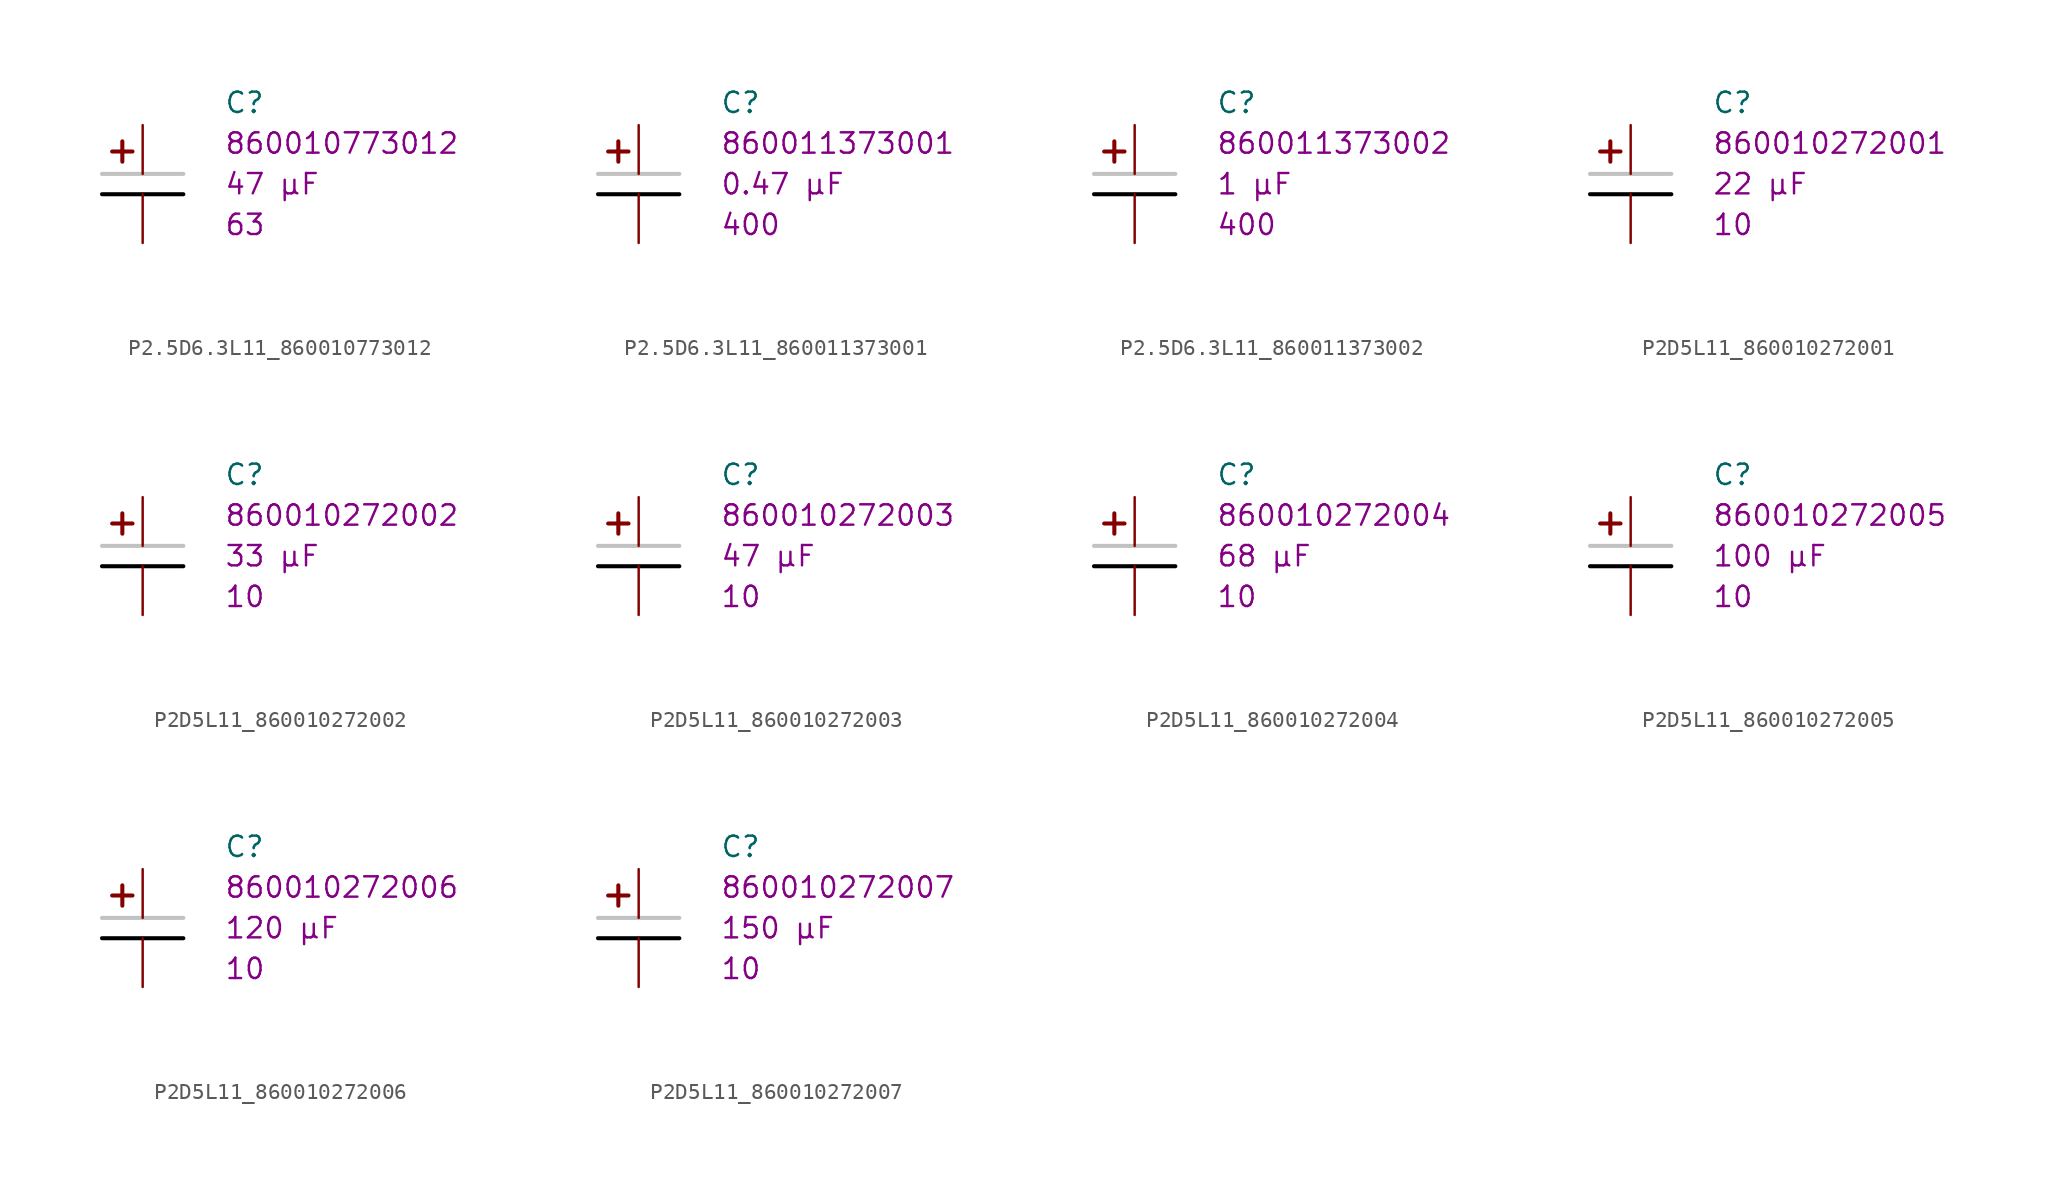
<source format=kicad_sym>
(kicad_symbol_lib
  (version 20220914)
  (generator kicad_symbol_editor)
  (symbol "P2.5D6.3L11_860010773012"
    (pin_numbers hide)
    (pin_names hide)
    (property "Reference" "C"
      (at 5.08 5.08 0)
      (effects (font (size 1.27 1.27)) (justify left)))
    (property "Part Number" "860010773012"
      (at 5.08 2.54 0)
      (effects (font (size 1.27 1.27)) (justify left)))
    (property "Capacitance" "47 µF"
      (at 5.08 0 0)
      (effects (font (size 1.27 1.27)) (justify left)))
    (property "Voltage" "63"
      (at 5.08 -2.54 0)
      (effects (font (size 1.27 1.27)) (justify left)))
    (property "Critical Parameter" ""
      (at 0 -7.62 0)
      (effects (font (size 1.27 1.27))))
    (symbol "P2.5D6.3L11_860010773012_1_1"
      (polyline (pts (xy -1.27 2.667) (xy -1.27 1.397)) (stroke (width 0.254) (type default)) (fill (type none)))
      (polyline (pts (xy -0.635 2.032) (xy -1.905 2.032)) (stroke (width 0.254) (type default)) (fill (type none)))
      (polyline (pts (xy 2.54 -0.635) (xy -2.54 -0.635)) (stroke (width 0.254) (type default) (color 0 0 0 1)) (fill (type none)))
      (polyline (pts (xy 2.54 0.635) (xy -2.54 0.635)) (stroke (width 0.254) (type default) (color 194 194 194 1)) (fill (type none)))
      (pin passive line (at 0 3.679 270) (length 3.044) (name "1" (effects (font (size 1.27 1.27)))) (number "1" (effects (font (size 1.27 1.27)))))
      (pin passive line (at 0 -3.679 90) (length 3.044) (name "2" (effects (font (size 1.27 1.27)))) (number "2" (effects (font (size 1.27 1.27)))))))
  (symbol "P2.5D6.3L11_860011373001"
    (pin_numbers hide)
    (pin_names hide)
    (property "Reference" "C"
      (at 5.08 5.08 0)
      (effects (font (size 1.27 1.27)) (justify left)))
    (property "Part Number" "860011373001"
      (at 5.08 2.54 0)
      (effects (font (size 1.27 1.27)) (justify left)))
    (property "Capacitance" "0.47 µF"
      (at 5.08 0 0)
      (effects (font (size 1.27 1.27)) (justify left)))
    (property "Voltage" "400"
      (at 5.08 -2.54 0)
      (effects (font (size 1.27 1.27)) (justify left)))
    (property "Critical Parameter" ""
      (at 0 -7.62 0)
      (effects (font (size 1.27 1.27))))
    (symbol "P2.5D6.3L11_860011373001_1_1"
      (polyline (pts (xy -1.27 2.667) (xy -1.27 1.397)) (stroke (width 0.254) (type default)) (fill (type none)))
      (polyline (pts (xy -0.635 2.032) (xy -1.905 2.032)) (stroke (width 0.254) (type default)) (fill (type none)))
      (polyline (pts (xy 2.54 -0.635) (xy -2.54 -0.635)) (stroke (width 0.254) (type default) (color 0 0 0 1)) (fill (type none)))
      (polyline (pts (xy 2.54 0.635) (xy -2.54 0.635)) (stroke (width 0.254) (type default) (color 194 194 194 1)) (fill (type none)))
      (pin passive line (at 0 3.679 270) (length 3.044) (name "1" (effects (font (size 1.27 1.27)))) (number "1" (effects (font (size 1.27 1.27)))))
      (pin passive line (at 0 -3.679 90) (length 3.044) (name "2" (effects (font (size 1.27 1.27)))) (number "2" (effects (font (size 1.27 1.27)))))))
  (symbol "P2.5D6.3L11_860011373002"
    (pin_numbers hide)
    (pin_names hide)
    (property "Reference" "C"
      (at 5.08 5.08 0)
      (effects (font (size 1.27 1.27)) (justify left)))
    (property "Part Number" "860011373002"
      (at 5.08 2.54 0)
      (effects (font (size 1.27 1.27)) (justify left)))
    (property "Capacitance" "1 µF"
      (at 5.08 0 0)
      (effects (font (size 1.27 1.27)) (justify left)))
    (property "Voltage" "400"
      (at 5.08 -2.54 0)
      (effects (font (size 1.27 1.27)) (justify left)))
    (property "Critical Parameter" ""
      (at 0 -7.62 0)
      (effects (font (size 1.27 1.27))))
    (symbol "P2.5D6.3L11_860011373002_1_1"
      (polyline (pts (xy -1.27 2.667) (xy -1.27 1.397)) (stroke (width 0.254) (type default)) (fill (type none)))
      (polyline (pts (xy -0.635 2.032) (xy -1.905 2.032)) (stroke (width 0.254) (type default)) (fill (type none)))
      (polyline (pts (xy 2.54 -0.635) (xy -2.54 -0.635)) (stroke (width 0.254) (type default) (color 0 0 0 1)) (fill (type none)))
      (polyline (pts (xy 2.54 0.635) (xy -2.54 0.635)) (stroke (width 0.254) (type default) (color 194 194 194 1)) (fill (type none)))
      (pin passive line (at 0 3.679 270) (length 3.044) (name "1" (effects (font (size 1.27 1.27)))) (number "1" (effects (font (size 1.27 1.27)))))
      (pin passive line (at 0 -3.679 90) (length 3.044) (name "2" (effects (font (size 1.27 1.27)))) (number "2" (effects (font (size 1.27 1.27)))))))
  (symbol "P2D5L11_860010272001"
    (pin_numbers hide)
    (pin_names hide)
    (property "Reference" "C"
      (at 5.08 5.08 0)
      (effects (font (size 1.27 1.27)) (justify left)))
    (property "Part Number" "860010272001"
      (at 5.08 2.54 0)
      (effects (font (size 1.27 1.27)) (justify left)))
    (property "Capacitance" "22 µF"
      (at 5.08 0 0)
      (effects (font (size 1.27 1.27)) (justify left)))
    (property "Voltage" "10"
      (at 5.08 -2.54 0)
      (effects (font (size 1.27 1.27)) (justify left)))
    (property "Critical Parameter" ""
      (at 0 -7.62 0)
      (effects (font (size 1.27 1.27))))
    (symbol "P2D5L11_860010272001_1_1"
      (polyline (pts (xy -1.27 2.667) (xy -1.27 1.397)) (stroke (width 0.254) (type default)) (fill (type none)))
      (polyline (pts (xy -0.635 2.032) (xy -1.905 2.032)) (stroke (width 0.254) (type default)) (fill (type none)))
      (polyline (pts (xy 2.54 -0.635) (xy -2.54 -0.635)) (stroke (width 0.254) (type default) (color 0 0 0 1)) (fill (type none)))
      (polyline (pts (xy 2.54 0.635) (xy -2.54 0.635)) (stroke (width 0.254) (type default) (color 194 194 194 1)) (fill (type none)))
      (pin passive line (at 0 3.679 270) (length 3.044) (name "1" (effects (font (size 1.27 1.27)))) (number "1" (effects (font (size 1.27 1.27)))))
      (pin passive line (at 0 -3.679 90) (length 3.044) (name "2" (effects (font (size 1.27 1.27)))) (number "2" (effects (font (size 1.27 1.27)))))))
  (symbol "P2D5L11_860010272002"
    (pin_numbers hide)
    (pin_names hide)
    (property "Reference" "C"
      (at 5.08 5.08 0)
      (effects (font (size 1.27 1.27)) (justify left)))
    (property "Part Number" "860010272002"
      (at 5.08 2.54 0)
      (effects (font (size 1.27 1.27)) (justify left)))
    (property "Capacitance" "33 µF"
      (at 5.08 0 0)
      (effects (font (size 1.27 1.27)) (justify left)))
    (property "Voltage" "10"
      (at 5.08 -2.54 0)
      (effects (font (size 1.27 1.27)) (justify left)))
    (property "Critical Parameter" ""
      (at 0 -7.62 0)
      (effects (font (size 1.27 1.27))))
    (symbol "P2D5L11_860010272002_1_1"
      (polyline (pts (xy -1.27 2.667) (xy -1.27 1.397)) (stroke (width 0.254) (type default)) (fill (type none)))
      (polyline (pts (xy -0.635 2.032) (xy -1.905 2.032)) (stroke (width 0.254) (type default)) (fill (type none)))
      (polyline (pts (xy 2.54 -0.635) (xy -2.54 -0.635)) (stroke (width 0.254) (type default) (color 0 0 0 1)) (fill (type none)))
      (polyline (pts (xy 2.54 0.635) (xy -2.54 0.635)) (stroke (width 0.254) (type default) (color 194 194 194 1)) (fill (type none)))
      (pin passive line (at 0 3.679 270) (length 3.044) (name "1" (effects (font (size 1.27 1.27)))) (number "1" (effects (font (size 1.27 1.27)))))
      (pin passive line (at 0 -3.679 90) (length 3.044) (name "2" (effects (font (size 1.27 1.27)))) (number "2" (effects (font (size 1.27 1.27)))))))
  (symbol "P2D5L11_860010272003"
    (pin_numbers hide)
    (pin_names hide)
    (property "Reference" "C"
      (at 5.08 5.08 0)
      (effects (font (size 1.27 1.27)) (justify left)))
    (property "Part Number" "860010272003"
      (at 5.08 2.54 0)
      (effects (font (size 1.27 1.27)) (justify left)))
    (property "Capacitance" "47 µF"
      (at 5.08 0 0)
      (effects (font (size 1.27 1.27)) (justify left)))
    (property "Voltage" "10"
      (at 5.08 -2.54 0)
      (effects (font (size 1.27 1.27)) (justify left)))
    (property "Critical Parameter" ""
      (at 0 -7.62 0)
      (effects (font (size 1.27 1.27))))
    (symbol "P2D5L11_860010272003_1_1"
      (polyline (pts (xy -1.27 2.667) (xy -1.27 1.397)) (stroke (width 0.254) (type default)) (fill (type none)))
      (polyline (pts (xy -0.635 2.032) (xy -1.905 2.032)) (stroke (width 0.254) (type default)) (fill (type none)))
      (polyline (pts (xy 2.54 -0.635) (xy -2.54 -0.635)) (stroke (width 0.254) (type default) (color 0 0 0 1)) (fill (type none)))
      (polyline (pts (xy 2.54 0.635) (xy -2.54 0.635)) (stroke (width 0.254) (type default) (color 194 194 194 1)) (fill (type none)))
      (pin passive line (at 0 3.679 270) (length 3.044) (name "1" (effects (font (size 1.27 1.27)))) (number "1" (effects (font (size 1.27 1.27)))))
      (pin passive line (at 0 -3.679 90) (length 3.044) (name "2" (effects (font (size 1.27 1.27)))) (number "2" (effects (font (size 1.27 1.27)))))))
  (symbol "P2D5L11_860010272004"
    (pin_numbers hide)
    (pin_names hide)
    (property "Reference" "C"
      (at 5.08 5.08 0)
      (effects (font (size 1.27 1.27)) (justify left)))
    (property "Part Number" "860010272004"
      (at 5.08 2.54 0)
      (effects (font (size 1.27 1.27)) (justify left)))
    (property "Capacitance" "68 µF"
      (at 5.08 0 0)
      (effects (font (size 1.27 1.27)) (justify left)))
    (property "Voltage" "10"
      (at 5.08 -2.54 0)
      (effects (font (size 1.27 1.27)) (justify left)))
    (property "Critical Parameter" ""
      (at 0 -7.62 0)
      (effects (font (size 1.27 1.27))))
    (symbol "P2D5L11_860010272004_1_1"
      (polyline (pts (xy -1.27 2.667) (xy -1.27 1.397)) (stroke (width 0.254) (type default)) (fill (type none)))
      (polyline (pts (xy -0.635 2.032) (xy -1.905 2.032)) (stroke (width 0.254) (type default)) (fill (type none)))
      (polyline (pts (xy 2.54 -0.635) (xy -2.54 -0.635)) (stroke (width 0.254) (type default) (color 0 0 0 1)) (fill (type none)))
      (polyline (pts (xy 2.54 0.635) (xy -2.54 0.635)) (stroke (width 0.254) (type default) (color 194 194 194 1)) (fill (type none)))
      (pin passive line (at 0 3.679 270) (length 3.044) (name "1" (effects (font (size 1.27 1.27)))) (number "1" (effects (font (size 1.27 1.27)))))
      (pin passive line (at 0 -3.679 90) (length 3.044) (name "2" (effects (font (size 1.27 1.27)))) (number "2" (effects (font (size 1.27 1.27)))))))
  (symbol "P2D5L11_860010272005"
    (pin_numbers hide)
    (pin_names hide)
    (property "Reference" "C"
      (at 5.08 5.08 0)
      (effects (font (size 1.27 1.27)) (justify left)))
    (property "Part Number" "860010272005"
      (at 5.08 2.54 0)
      (effects (font (size 1.27 1.27)) (justify left)))
    (property "Capacitance" "100 µF"
      (at 5.08 0 0)
      (effects (font (size 1.27 1.27)) (justify left)))
    (property "Voltage" "10"
      (at 5.08 -2.54 0)
      (effects (font (size 1.27 1.27)) (justify left)))
    (property "Critical Parameter" ""
      (at 0 -7.62 0)
      (effects (font (size 1.27 1.27))))
    (symbol "P2D5L11_860010272005_1_1"
      (polyline (pts (xy -1.27 2.667) (xy -1.27 1.397)) (stroke (width 0.254) (type default)) (fill (type none)))
      (polyline (pts (xy -0.635 2.032) (xy -1.905 2.032)) (stroke (width 0.254) (type default)) (fill (type none)))
      (polyline (pts (xy 2.54 -0.635) (xy -2.54 -0.635)) (stroke (width 0.254) (type default) (color 0 0 0 1)) (fill (type none)))
      (polyline (pts (xy 2.54 0.635) (xy -2.54 0.635)) (stroke (width 0.254) (type default) (color 194 194 194 1)) (fill (type none)))
      (pin passive line (at 0 3.679 270) (length 3.044) (name "1" (effects (font (size 1.27 1.27)))) (number "1" (effects (font (size 1.27 1.27)))))
      (pin passive line (at 0 -3.679 90) (length 3.044) (name "2" (effects (font (size 1.27 1.27)))) (number "2" (effects (font (size 1.27 1.27)))))))
  (symbol "P2D5L11_860010272006"
    (pin_numbers hide)
    (pin_names hide)
    (property "Reference" "C"
      (at 5.08 5.08 0)
      (effects (font (size 1.27 1.27)) (justify left)))
    (property "Part Number" "860010272006"
      (at 5.08 2.54 0)
      (effects (font (size 1.27 1.27)) (justify left)))
    (property "Capacitance" "120 µF"
      (at 5.08 0 0)
      (effects (font (size 1.27 1.27)) (justify left)))
    (property "Voltage" "10"
      (at 5.08 -2.54 0)
      (effects (font (size 1.27 1.27)) (justify left)))
    (property "Critical Parameter" ""
      (at 0 -7.62 0)
      (effects (font (size 1.27 1.27))))
    (symbol "P2D5L11_860010272006_1_1"
      (polyline (pts (xy -1.27 2.667) (xy -1.27 1.397)) (stroke (width 0.254) (type default)) (fill (type none)))
      (polyline (pts (xy -0.635 2.032) (xy -1.905 2.032)) (stroke (width 0.254) (type default)) (fill (type none)))
      (polyline (pts (xy 2.54 -0.635) (xy -2.54 -0.635)) (stroke (width 0.254) (type default) (color 0 0 0 1)) (fill (type none)))
      (polyline (pts (xy 2.54 0.635) (xy -2.54 0.635)) (stroke (width 0.254) (type default) (color 194 194 194 1)) (fill (type none)))
      (pin passive line (at 0 3.679 270) (length 3.044) (name "1" (effects (font (size 1.27 1.27)))) (number "1" (effects (font (size 1.27 1.27)))))
      (pin passive line (at 0 -3.679 90) (length 3.044) (name "2" (effects (font (size 1.27 1.27)))) (number "2" (effects (font (size 1.27 1.27)))))))
  (symbol "P2D5L11_860010272007"
    (pin_numbers hide)
    (pin_names hide)
    (property "Reference" "C"
      (at 5.08 5.08 0)
      (effects (font (size 1.27 1.27)) (justify left)))
    (property "Part Number" "860010272007"
      (at 5.08 2.54 0)
      (effects (font (size 1.27 1.27)) (justify left)))
    (property "Capacitance" "150 µF"
      (at 5.08 0 0)
      (effects (font (size 1.27 1.27)) (justify left)))
    (property "Voltage" "10"
      (at 5.08 -2.54 0)
      (effects (font (size 1.27 1.27)) (justify left)))
    (property "Critical Parameter" ""
      (at 0 -7.62 0)
      (effects (font (size 1.27 1.27))))
    (symbol "P2D5L11_860010272007_1_1"
      (polyline (pts (xy -1.27 2.667) (xy -1.27 1.397)) (stroke (width 0.254) (type default)) (fill (type none)))
      (polyline (pts (xy -0.635 2.032) (xy -1.905 2.032)) (stroke (width 0.254) (type default)) (fill (type none)))
      (polyline (pts (xy 2.54 -0.635) (xy -2.54 -0.635)) (stroke (width 0.254) (type default) (color 0 0 0 1)) (fill (type none)))
      (polyline (pts (xy 2.54 0.635) (xy -2.54 0.635)) (stroke (width 0.254) (type default) (color 194 194 194 1)) (fill (type none)))
      (pin passive line (at 0 3.679 270) (length 3.044) (name "1" (effects (font (size 1.27 1.27)))) (number "1" (effects (font (size 1.27 1.27)))))
      (pin passive line (at 0 -3.679 90) (length 3.044) (name "2" (effects (font (size 1.27 1.27)))) (number "2" (effects (font (size 1.27 1.27))))))))
</source>
